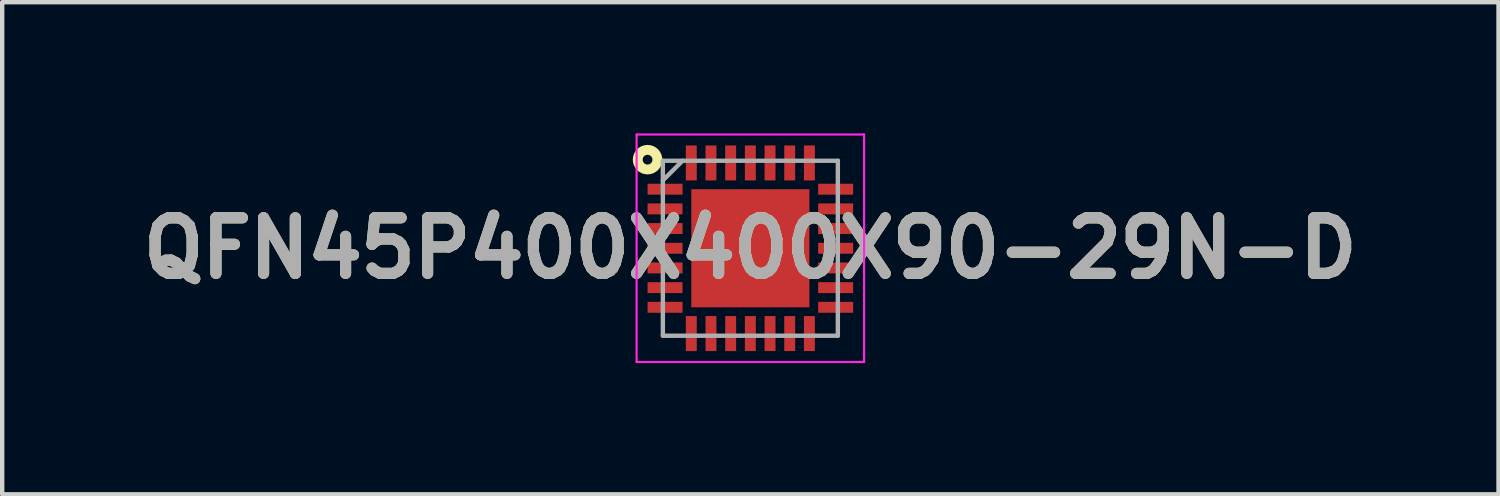
<source format=kicad_pcb>
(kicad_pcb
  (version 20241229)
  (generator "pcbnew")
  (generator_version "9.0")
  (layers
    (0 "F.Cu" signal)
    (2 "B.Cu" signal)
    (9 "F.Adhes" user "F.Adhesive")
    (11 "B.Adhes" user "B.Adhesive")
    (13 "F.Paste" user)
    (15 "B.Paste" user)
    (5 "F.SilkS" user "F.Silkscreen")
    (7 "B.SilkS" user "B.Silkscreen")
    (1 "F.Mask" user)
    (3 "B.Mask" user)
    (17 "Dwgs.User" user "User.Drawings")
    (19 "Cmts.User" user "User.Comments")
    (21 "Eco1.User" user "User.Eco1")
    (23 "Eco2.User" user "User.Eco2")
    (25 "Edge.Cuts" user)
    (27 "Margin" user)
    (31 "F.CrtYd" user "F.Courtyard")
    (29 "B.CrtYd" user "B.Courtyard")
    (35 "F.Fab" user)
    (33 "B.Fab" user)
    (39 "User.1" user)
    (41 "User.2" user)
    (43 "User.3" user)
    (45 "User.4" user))
  (footprint "QFN45P400X400X90-29N-D"
    (layer "F.Cu")
    (at 14.103 2.625)
    (property "Reference" "QFN45P400X400X90-29N-D" (at 0 0 0) (layer "F.SilkS") (effects (font (size 1.27 1.27) (thickness 0.254))))
    (attr smd)
    (fp_circle (center -2.35 -2.025) (end -2.35 -1.913) (stroke (width 0.225) (type solid)) (fill no) (layer "F.SilkS"))
    (fp_line (start -2.6 -2.6) (end 2.6 -2.6) (stroke (width 0.05) (type solid)) (layer "F.CrtYd"))
    (fp_line (start -2.6 2.6) (end -2.6 -2.6) (stroke (width 0.05) (type solid)) (layer "F.CrtYd"))
    (fp_line (start 2.6 -2.6) (end 2.6 2.6) (stroke (width 0.05) (type solid)) (layer "F.CrtYd"))
    (fp_line (start 2.6 2.6) (end -2.6 2.6) (stroke (width 0.05) (type solid)) (layer "F.CrtYd"))
    (fp_line (start -2 -2) (end 2 -2) (stroke (width 0.1) (type solid)) (layer "F.Fab"))
    (fp_line (start -2 -1.55) (end -1.55 -2) (stroke (width 0.1) (type solid)) (layer "F.Fab"))
    (fp_line (start -2 2) (end -2 -2) (stroke (width 0.1) (type solid)) (layer "F.Fab"))
    (fp_line (start 2 -2) (end 2 2) (stroke (width 0.1) (type solid)) (layer "F.Fab"))
    (fp_line (start 2 2) (end -2 2) (stroke (width 0.1) (type solid)) (layer "F.Fab"))
    (fp_text user "${REFERENCE}" (at 0 0 0) (layer "F.Fab") (effects (font (size 1.27 1.27) (thickness 0.254))))
    (pad "1" smd rect (at -1.95 -1.35 90) (size 0.25 0.8) (layers "F.Cu" "F.Mask" "F.Paste"))
    (pad "2" smd rect (at -1.95 -0.9 90) (size 0.25 0.8) (layers "F.Cu" "F.Mask" "F.Paste"))
    (pad "3" smd rect (at -1.95 -0.45 90) (size 0.25 0.8) (layers "F.Cu" "F.Mask" "F.Paste"))
    (pad "4" smd rect (at -1.95 0 90) (size 0.25 0.8) (layers "F.Cu" "F.Mask" "F.Paste"))
    (pad "5" smd rect (at -1.95 0.45 90) (size 0.25 0.8) (layers "F.Cu" "F.Mask" "F.Paste"))
    (pad "6" smd rect (at -1.95 0.9 90) (size 0.25 0.8) (layers "F.Cu" "F.Mask" "F.Paste"))
    (pad "7" smd rect (at -1.95 1.35 90) (size 0.25 0.8) (layers "F.Cu" "F.Mask" "F.Paste"))
    (pad "8" smd rect (at -1.35 1.95) (size 0.25 0.8) (layers "F.Cu" "F.Mask" "F.Paste"))
    (pad "9" smd rect (at -0.9 1.95) (size 0.25 0.8) (layers "F.Cu" "F.Mask" "F.Paste"))
    (pad "10" smd rect (at -0.45 1.95) (size 0.25 0.8) (layers "F.Cu" "F.Mask" "F.Paste"))
    (pad "11" smd rect (at 0 1.95) (size 0.25 0.8) (layers "F.Cu" "F.Mask" "F.Paste"))
    (pad "12" smd rect (at 0.45 1.95) (size 0.25 0.8) (layers "F.Cu" "F.Mask" "F.Paste"))
    (pad "13" smd rect (at 0.9 1.95) (size 0.25 0.8) (layers "F.Cu" "F.Mask" "F.Paste"))
    (pad "14" smd rect (at 1.35 1.95) (size 0.25 0.8) (layers "F.Cu" "F.Mask" "F.Paste"))
    (pad "15" smd rect (at 1.95 1.35 90) (size 0.25 0.8) (layers "F.Cu" "F.Mask" "F.Paste"))
    (pad "16" smd rect (at 1.95 0.9 90) (size 0.25 0.8) (layers "F.Cu" "F.Mask" "F.Paste"))
    (pad "17" smd rect (at 1.95 0.45 90) (size 0.25 0.8) (layers "F.Cu" "F.Mask" "F.Paste"))
    (pad "18" smd rect (at 1.95 0 90) (size 0.25 0.8) (layers "F.Cu" "F.Mask" "F.Paste"))
    (pad "19" smd rect (at 1.95 -0.45 90) (size 0.25 0.8) (layers "F.Cu" "F.Mask" "F.Paste"))
    (pad "20" smd rect (at 1.95 -0.9 90) (size 0.25 0.8) (layers "F.Cu" "F.Mask" "F.Paste"))
    (pad "21" smd rect (at 1.95 -1.35 90) (size 0.25 0.8) (layers "F.Cu" "F.Mask" "F.Paste"))
    (pad "22" smd rect (at 1.35 -1.95) (size 0.25 0.8) (layers "F.Cu" "F.Mask" "F.Paste"))
    (pad "23" smd rect (at 0.9 -1.95) (size 0.25 0.8) (layers "F.Cu" "F.Mask" "F.Paste"))
    (pad "24" smd rect (at 0.45 -1.95) (size 0.25 0.8) (layers "F.Cu" "F.Mask" "F.Paste"))
    (pad "25" smd rect (at 0 -1.95) (size 0.25 0.8) (layers "F.Cu" "F.Mask" "F.Paste"))
    (pad "26" smd rect (at -0.45 -1.95) (size 0.25 0.8) (layers "F.Cu" "F.Mask" "F.Paste"))
    (pad "27" smd rect (at -0.9 -1.95) (size 0.25 0.8) (layers "F.Cu" "F.Mask" "F.Paste"))
    (pad "28" smd rect (at -1.35 -1.95) (size 0.25 0.8) (layers "F.Cu" "F.Mask" "F.Paste"))
    (pad "29" smd rect (at 0 0) (size 2.7 2.7) (layers "F.Cu" "F.Mask" "F.Paste")))
  (gr_rect
    (start -3 -3)
    (end 31.206 8.25)
    (stroke (width 0.1) (type default))
    (fill no)
    (layer "Edge.Cuts")))
</source>
